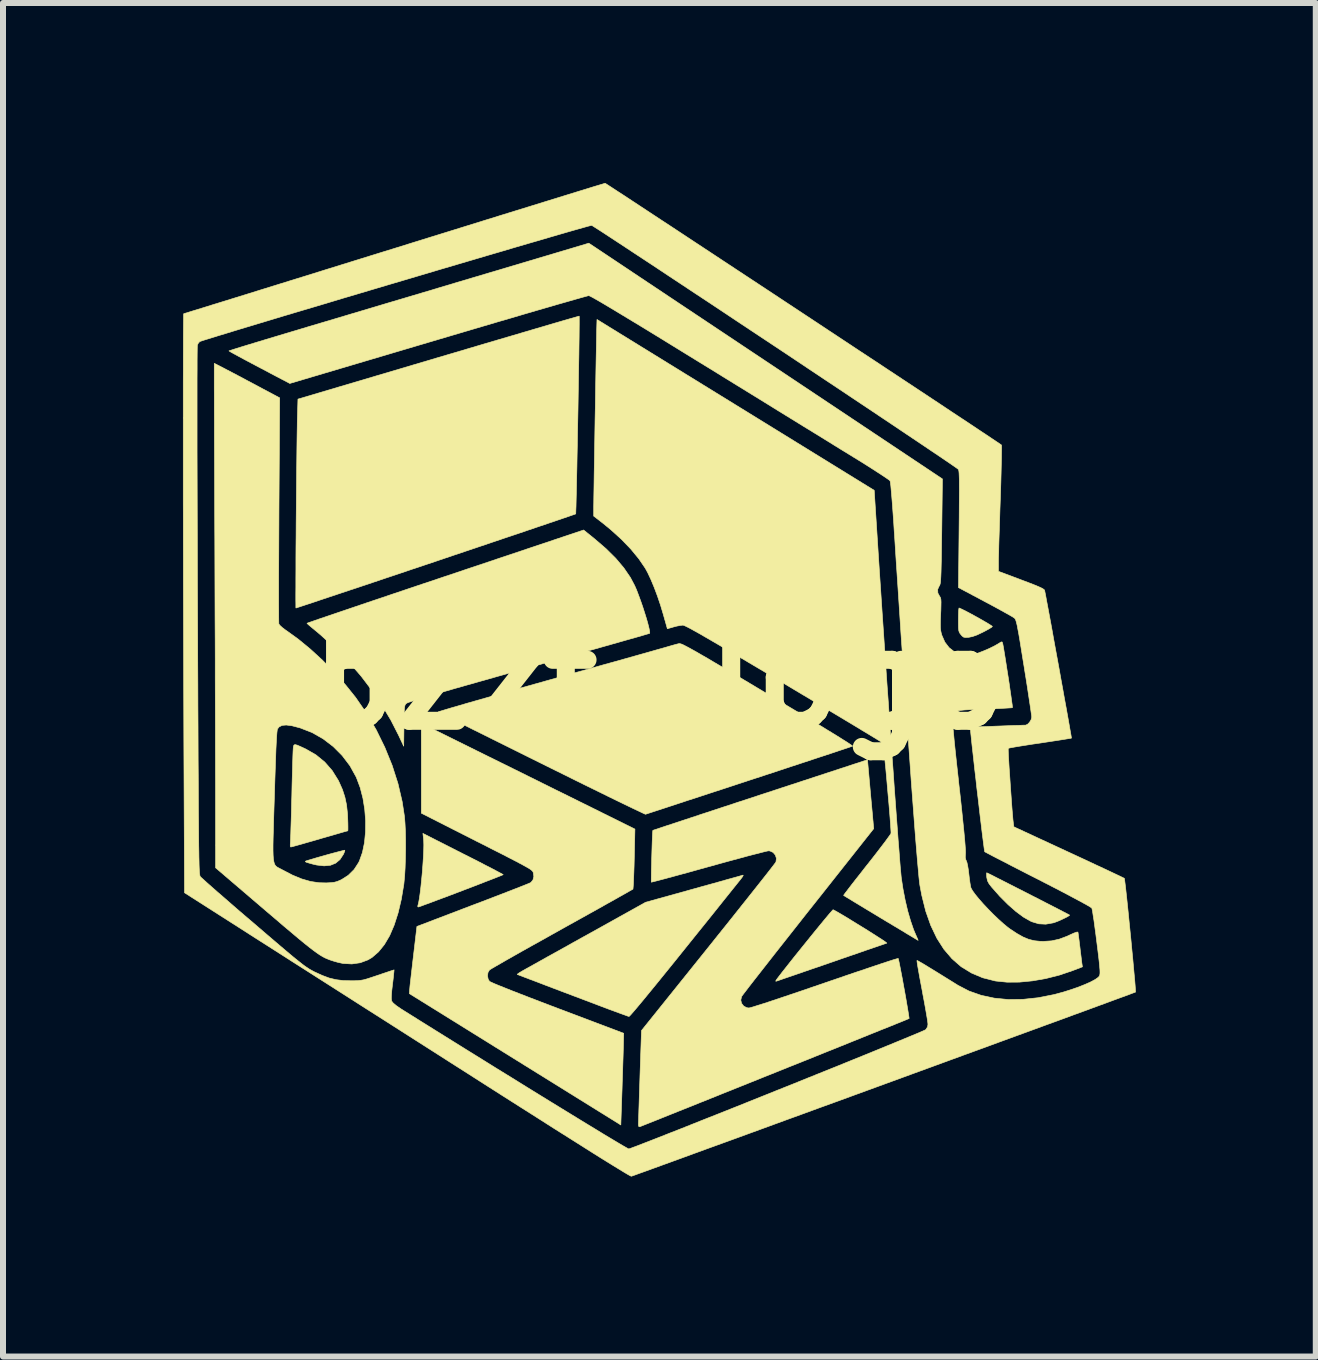
<source format=kicad_pcb>
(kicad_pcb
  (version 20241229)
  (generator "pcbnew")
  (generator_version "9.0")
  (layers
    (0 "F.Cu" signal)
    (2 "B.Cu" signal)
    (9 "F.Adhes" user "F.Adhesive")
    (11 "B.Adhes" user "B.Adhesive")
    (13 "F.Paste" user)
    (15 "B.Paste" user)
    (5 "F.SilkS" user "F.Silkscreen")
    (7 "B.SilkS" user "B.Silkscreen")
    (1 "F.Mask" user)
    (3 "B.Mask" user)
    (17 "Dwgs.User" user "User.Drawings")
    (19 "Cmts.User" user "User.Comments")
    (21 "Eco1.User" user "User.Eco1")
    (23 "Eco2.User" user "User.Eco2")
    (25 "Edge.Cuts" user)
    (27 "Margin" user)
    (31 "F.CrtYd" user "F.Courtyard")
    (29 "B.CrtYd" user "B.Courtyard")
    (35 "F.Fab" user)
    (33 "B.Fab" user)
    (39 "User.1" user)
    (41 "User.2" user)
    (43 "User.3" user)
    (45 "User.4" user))
  (footprint "bzzt-logo"
    (layer "F.Cu")
    (at 7.942 8.276)
    (property "Reference" "bzzt-logo" (at 0 0 0) (layer "F.SilkS") (effects (font (size 1.524 1.524) (thickness 0.3))))
    (attr through_hole)
    (fp_poly (pts (xy -5.244 2.847) (xy -5.246 2.864) (xy -5.26 2.899) (xy -5.268 2.916) (xy -5.325 3.003) (xy -5.397 3.063) (xy -5.484 3.098) (xy -5.589 3.108) (xy -5.712 3.094) (xy -5.777 3.079) (xy -5.845 3.06) (xy -5.886 3.047) (xy -5.902 3.038) (xy -5.898 3.03) (xy -5.888 3.025) (xy -5.842 3.011) (xy -5.778 2.992) (xy -5.701 2.969) (xy -5.616 2.945) (xy -5.528 2.92) (xy -5.444 2.897) (xy -5.368 2.877) (xy -5.306 2.861) (xy -5.263 2.85) (xy -5.244 2.847) (xy -5.244 2.847)) (stroke (width 0.01) (type solid)) (fill yes) (layer "F.SilkS"))
    (fp_poly (pts (xy 5.016 -1.183) (xy 5.058 -1.163) (xy 5.116 -1.134) (xy 5.186 -1.097) (xy 5.261 -1.056) (xy 5.337 -1.014) (xy 5.408 -0.973) (xy 5.47 -0.937) (xy 5.518 -0.907) (xy 5.546 -0.888) (xy 5.551 -0.882) (xy 5.536 -0.868) (xy 5.498 -0.845) (xy 5.443 -0.814) (xy 5.391 -0.787) (xy 5.296 -0.742) (xy 5.22 -0.715) (xy 5.157 -0.702) (xy 5.153 -0.702) (xy 5.103 -0.699) (xy 5.071 -0.705) (xy 5.046 -0.724) (xy 5.027 -0.746) (xy 5.01 -0.768) (xy 4.998 -0.79) (xy 4.99 -0.818) (xy 4.986 -0.859) (xy 4.985 -0.92) (xy 4.985 -0.993) (xy 4.986 -1.068) (xy 4.988 -1.13) (xy 4.991 -1.173) (xy 4.995 -1.19) (xy 4.995 -1.191) (xy 5.016 -1.183)) (stroke (width 0.01) (type solid)) (fill yes) (layer "F.SilkS"))
    (fp_poly (pts (xy -3.273 2.907) (xy -3.138 2.975) (xy -3.012 3.039) (xy -2.899 3.098) (xy -2.799 3.149) (xy -2.718 3.192) (xy -2.656 3.225) (xy -2.617 3.246) (xy -2.604 3.254) (xy -2.618 3.261) (xy -2.659 3.278) (xy -2.722 3.303) (xy -2.804 3.335) (xy -2.903 3.373) (xy -3.013 3.416) (xy -3.132 3.462) (xy -3.256 3.509) (xy -3.381 3.557) (xy -3.505 3.604) (xy -3.623 3.648) (xy -3.733 3.689) (xy -3.83 3.726) (xy -3.911 3.755) (xy -3.972 3.778) (xy -4.01 3.791) (xy -4.022 3.794) (xy -4.029 3.782) (xy -4.026 3.77) (xy -4.014 3.724) (xy -4.001 3.652) (xy -3.988 3.559) (xy -3.975 3.45) (xy -3.963 3.33) (xy -3.951 3.205) (xy -3.942 3.08) (xy -3.934 2.961) (xy -3.929 2.852) (xy -3.927 2.76) (xy -3.929 2.688) (xy -3.931 2.663) (xy -3.942 2.567) (xy -3.273 2.907)) (stroke (width 0.01) (type solid)) (fill yes) (layer "F.SilkS"))
    (fp_poly (pts (xy 5.472 3.23) (xy 5.512 3.249) (xy 5.573 3.28) (xy 5.653 3.321) (xy 5.748 3.369) (xy 5.854 3.423) (xy 5.968 3.481) (xy 6.088 3.542) (xy 6.209 3.604) (xy 6.329 3.665) (xy 6.443 3.724) (xy 6.549 3.778) (xy 6.644 3.827) (xy 6.723 3.868) (xy 6.784 3.9) (xy 6.824 3.92) (xy 6.838 3.929) (xy 6.83 3.938) (xy 6.799 3.957) (xy 6.753 3.98) (xy 6.699 4.006) (xy 6.644 4.03) (xy 6.594 4.049) (xy 6.566 4.058) (xy 6.441 4.08) (xy 6.325 4.074) (xy 6.212 4.04) (xy 6.183 4.027) (xy 6.068 3.961) (xy 5.943 3.868) (xy 5.812 3.753) (xy 5.676 3.617) (xy 5.541 3.464) (xy 5.538 3.461) (xy 5.495 3.405) (xy 5.47 3.358) (xy 5.459 3.309) (xy 5.457 3.298) (xy 5.454 3.254) (xy 5.455 3.227) (xy 5.457 3.223) (xy 5.472 3.23)) (stroke (width 0.01) (type solid)) (fill yes) (layer "F.SilkS"))
    (fp_poly (pts (xy 2.918 3.85) (xy 2.963 3.875) (xy 3.025 3.911) (xy 3.101 3.956) (xy 3.186 4.008) (xy 3.278 4.065) (xy 3.373 4.123) (xy 3.467 4.181) (xy 3.555 4.237) (xy 3.635 4.288) (xy 3.702 4.331) (xy 3.753 4.365) (xy 3.784 4.388) (xy 3.791 4.396) (xy 3.773 4.402) (xy 3.727 4.418) (xy 3.657 4.442) (xy 3.564 4.474) (xy 3.452 4.512) (xy 3.324 4.557) (xy 3.181 4.606) (xy 3.027 4.659) (xy 2.864 4.716) (xy 2.859 4.717) (xy 2.697 4.774) (xy 2.543 4.826) (xy 2.401 4.875) (xy 2.274 4.919) (xy 2.163 4.957) (xy 2.072 4.988) (xy 2.003 5.012) (xy 1.959 5.027) (xy 1.941 5.032) (xy 1.941 5.032) (xy 1.942 5.022) (xy 1.946 5.014) (xy 1.965 4.987) (xy 2.001 4.94) (xy 2.05 4.876) (xy 2.112 4.798) (xy 2.182 4.709) (xy 2.259 4.612) (xy 2.342 4.509) (xy 2.426 4.405) (xy 2.51 4.301) (xy 2.591 4.201) (xy 2.668 4.107) (xy 2.737 4.023) (xy 2.797 3.951) (xy 2.844 3.895) (xy 2.878 3.857) (xy 2.894 3.84) (xy 2.895 3.839) (xy 2.918 3.85)) (stroke (width 0.01) (type solid)) (fill yes) (layer "F.SilkS"))
    (fp_poly (pts (xy -6.039 1.095) (xy -5.99 1.116) (xy -5.918 1.149) (xy -5.895 1.16) (xy -5.726 1.257) (xy -5.579 1.377) (xy -5.455 1.519) (xy -5.352 1.684) (xy -5.341 1.707) (xy -5.284 1.835) (xy -5.243 1.961) (xy -5.215 2.093) (xy -5.199 2.242) (xy -5.196 2.314) (xy -5.193 2.391) (xy -5.192 2.456) (xy -5.192 2.502) (xy -5.194 2.523) (xy -5.195 2.524) (xy -5.211 2.528) (xy -5.255 2.54) (xy -5.321 2.559) (xy -5.406 2.584) (xy -5.507 2.613) (xy -5.619 2.645) (xy -5.666 2.659) (xy -5.783 2.693) (xy -5.889 2.723) (xy -5.982 2.75) (xy -6.058 2.771) (xy -6.112 2.786) (xy -6.141 2.793) (xy -6.145 2.794) (xy -6.153 2.78) (xy -6.153 2.746) (xy -6.152 2.734) (xy -6.15 2.707) (xy -6.148 2.651) (xy -6.145 2.57) (xy -6.142 2.467) (xy -6.138 2.347) (xy -6.134 2.212) (xy -6.131 2.066) (xy -6.127 1.929) (xy -6.124 1.776) (xy -6.12 1.632) (xy -6.116 1.499) (xy -6.113 1.381) (xy -6.11 1.282) (xy -6.107 1.205) (xy -6.104 1.153) (xy -6.102 1.13) (xy -6.097 1.105) (xy -6.088 1.091) (xy -6.07 1.087) (xy -6.039 1.095)) (stroke (width 0.01) (type solid)) (fill yes) (layer "F.SilkS"))
    (fp_poly (pts (xy 1.397 3.269) (xy 1.382 3.294) (xy 1.355 3.33) (xy 1.096 3.653) (xy 0.858 3.951) (xy 0.638 4.224) (xy 0.438 4.473) (xy 0.258 4.697) (xy 0.097 4.896) (xy -0.045 5.071) (xy -0.168 5.221) (xy -0.272 5.348) (xy -0.357 5.45) (xy -0.423 5.528) (xy -0.47 5.582) (xy -0.498 5.612) (xy -0.507 5.618) (xy -0.526 5.613) (xy -0.572 5.596) (xy -0.642 5.571) (xy -0.734 5.537) (xy -0.846 5.496) (xy -0.973 5.448) (xy -1.115 5.394) (xy -1.268 5.336) (xy -1.43 5.275) (xy -1.445 5.269) (xy -1.607 5.208) (xy -1.76 5.15) (xy -1.902 5.096) (xy -2.029 5.047) (xy -2.141 5.005) (xy -2.233 4.97) (xy -2.303 4.943) (xy -2.35 4.925) (xy -2.369 4.918) (xy -2.369 4.918) (xy -2.362 4.909) (xy -2.332 4.888) (xy -2.285 4.86) (xy -2.258 4.845) (xy -2.223 4.825) (xy -2.163 4.792) (xy -2.081 4.746) (xy -1.979 4.689) (xy -1.86 4.622) (xy -1.726 4.548) (xy -1.58 4.467) (xy -1.425 4.38) (xy -1.263 4.29) (xy -1.183 4.246) (xy -0.23 3.715) (xy 0.572 3.492) (xy 0.726 3.449) (xy 0.871 3.409) (xy 1.004 3.372) (xy 1.123 3.338) (xy 1.224 3.31) (xy 1.304 3.288) (xy 1.36 3.272) (xy 1.391 3.263) (xy 1.394 3.262) (xy 1.397 3.269)) (stroke (width 0.01) (type solid)) (fill yes) (layer "F.SilkS"))
    (fp_poly (pts (xy -1.08 -2.343) (xy -0.888 -2.178) (xy -0.726 -2.017) (xy -0.592 -1.858) (xy -0.484 -1.7) (xy -0.412 -1.564) (xy -0.38 -1.491) (xy -0.347 -1.404) (xy -0.312 -1.309) (xy -0.277 -1.208) (xy -0.245 -1.108) (xy -0.215 -1.012) (xy -0.191 -0.926) (xy -0.173 -0.854) (xy -0.162 -0.801) (xy -0.161 -0.772) (xy -0.163 -0.768) (xy -0.179 -0.763) (xy -0.224 -0.75) (xy -0.295 -0.729) (xy -0.392 -0.701) (xy -0.513 -0.667) (xy -0.654 -0.627) (xy -0.816 -0.581) (xy -0.996 -0.53) (xy -1.192 -0.475) (xy -1.402 -0.415) (xy -1.625 -0.352) (xy -1.859 -0.287) (xy -2.101 -0.218) (xy -2.176 -0.197) (xy -2.485 -0.111) (xy -2.763 -0.032) (xy -3.014 0.039) (xy -3.237 0.102) (xy -3.434 0.158) (xy -3.606 0.208) (xy -3.755 0.251) (xy -3.88 0.288) (xy -3.984 0.319) (xy -4.067 0.345) (xy -4.131 0.366) (xy -4.177 0.381) (xy -4.206 0.393) (xy -4.218 0.4) (xy -4.23 0.412) (xy -4.239 0.426) (xy -4.245 0.447) (xy -4.25 0.479) (xy -4.253 0.526) (xy -4.255 0.593) (xy -4.257 0.683) (xy -4.258 0.774) (xy -4.262 1.113) (xy -4.348 0.93) (xy -4.476 0.679) (xy -4.63 0.422) (xy -4.806 0.164) (xy -4.967 -0.048) (xy -5.035 -0.128) (xy -5.121 -0.224) (xy -5.221 -0.329) (xy -5.328 -0.438) (xy -5.436 -0.545) (xy -5.542 -0.646) (xy -5.638 -0.734) (xy -5.719 -0.803) (xy -5.727 -0.809) (xy -5.784 -0.856) (xy -5.831 -0.895) (xy -5.862 -0.923) (xy -5.874 -0.936) (xy -5.859 -0.942) (xy -5.816 -0.957) (xy -5.745 -0.982) (xy -5.65 -1.015) (xy -5.531 -1.055) (xy -5.39 -1.103) (xy -5.229 -1.158) (xy -5.049 -1.219) (xy -4.852 -1.286) (xy -4.64 -1.357) (xy -4.413 -1.434) (xy -4.175 -1.514) (xy -3.926 -1.598) (xy -3.668 -1.684) (xy -3.568 -1.718) (xy -1.263 -2.491) (xy -1.08 -2.343)) (stroke (width 0.01) (type solid)) (fill yes) (layer "F.SilkS"))
    (fp_poly (pts (xy -1.336 -6.04) (xy -1.336 -5.994) (xy -1.336 -5.922) (xy -1.337 -5.826) (xy -1.338 -5.708) (xy -1.34 -5.571) (xy -1.342 -5.417) (xy -1.345 -5.25) (xy -1.348 -5.072) (xy -1.351 -4.884) (xy -1.354 -4.691) (xy -1.357 -4.494) (xy -1.361 -4.296) (xy -1.365 -4.099) (xy -1.368 -3.906) (xy -1.372 -3.72) (xy -1.375 -3.542) (xy -1.379 -3.377) (xy -1.382 -3.226) (xy -1.385 -3.091) (xy -1.388 -2.976) (xy -1.39 -2.882) (xy -1.393 -2.814) (xy -1.394 -2.772) (xy -1.395 -2.759) (xy -1.411 -2.753) (xy -1.455 -2.738) (xy -1.524 -2.714) (xy -1.618 -2.682) (xy -1.735 -2.642) (xy -1.871 -2.596) (xy -2.025 -2.544) (xy -2.196 -2.486) (xy -2.381 -2.423) (xy -2.579 -2.357) (xy -2.786 -2.287) (xy -3.002 -2.214) (xy -3.225 -2.139) (xy -3.451 -2.063) (xy -3.681 -1.985) (xy -3.91 -1.908) (xy -4.138 -1.832) (xy -4.362 -1.756) (xy -4.581 -1.683) (xy -4.792 -1.612) (xy -4.994 -1.544) (xy -5.184 -1.481) (xy -5.361 -1.422) (xy -5.523 -1.368) (xy -5.667 -1.32) (xy -5.791 -1.278) (xy -5.895 -1.244) (xy -5.974 -1.218) (xy -6.029 -1.2) (xy -6.056 -1.191) (xy -6.059 -1.191) (xy -6.06 -1.206) (xy -6.06 -1.251) (xy -6.061 -1.323) (xy -6.061 -1.421) (xy -6.06 -1.54) (xy -6.06 -1.681) (xy -6.059 -1.84) (xy -6.059 -2.014) (xy -6.058 -2.202) (xy -6.056 -2.402) (xy -6.055 -2.6) (xy -6.053 -2.817) (xy -6.051 -3.033) (xy -6.049 -3.242) (xy -6.047 -3.444) (xy -6.045 -3.633) (xy -6.043 -3.808) (xy -6.041 -3.965) (xy -6.039 -4.102) (xy -6.037 -4.214) (xy -6.036 -4.3) (xy -6.035 -4.341) (xy -6.025 -4.673) (xy -3.683 -5.367) (xy -3.418 -5.445) (xy -3.162 -5.521) (xy -2.916 -5.594) (xy -2.682 -5.663) (xy -2.46 -5.728) (xy -2.254 -5.789) (xy -2.064 -5.845) (xy -1.893 -5.895) (xy -1.741 -5.94) (xy -1.611 -5.978) (xy -1.504 -6.009) (xy -1.422 -6.032) (xy -1.367 -6.048) (xy -1.339 -6.056) (xy -1.337 -6.056) (xy -1.336 -6.04)) (stroke (width 0.01) (type solid)) (fill yes) (layer "F.SilkS"))
    (fp_poly (pts (xy -3.06 1.182) (xy -2.866 1.278) (xy -2.651 1.384) (xy -2.424 1.496) (xy -2.19 1.612) (xy -1.956 1.728) (xy -1.729 1.841) (xy -1.515 1.946) (xy -1.322 2.042) (xy -1.279 2.063) (xy -0.408 2.495) (xy -0.419 2.99) (xy -0.422 3.112) (xy -0.426 3.224) (xy -0.43 3.322) (xy -0.433 3.401) (xy -0.437 3.459) (xy -0.44 3.491) (xy -0.441 3.496) (xy -0.457 3.505) (xy -0.498 3.528) (xy -0.562 3.565) (xy -0.648 3.613) (xy -0.754 3.673) (xy -0.878 3.742) (xy -1.016 3.82) (xy -1.169 3.905) (xy -1.332 3.996) (xy -1.505 4.092) (xy -1.627 4.16) (xy -1.806 4.26) (xy -1.977 4.356) (xy -2.139 4.446) (xy -2.289 4.53) (xy -2.425 4.607) (xy -2.545 4.675) (xy -2.647 4.734) (xy -2.729 4.781) (xy -2.789 4.816) (xy -2.824 4.838) (xy -2.833 4.844) (xy -2.858 4.887) (xy -2.865 4.943) (xy -2.854 4.998) (xy -2.832 5.033) (xy -2.812 5.044) (xy -2.764 5.066) (xy -2.69 5.097) (xy -2.592 5.136) (xy -2.473 5.184) (xy -2.334 5.238) (xy -2.177 5.299) (xy -2.005 5.365) (xy -1.819 5.436) (xy -1.698 5.482) (xy -0.595 5.899) (xy -0.601 6.137) (xy -0.603 6.213) (xy -0.606 6.315) (xy -0.61 6.436) (xy -0.614 6.57) (xy -0.619 6.711) (xy -0.623 6.852) (xy -0.625 6.901) (xy -0.643 7.427) (xy -4.167 5.238) (xy -4.165 5.187) (xy -4.162 5.159) (xy -4.157 5.103) (xy -4.148 5.025) (xy -4.137 4.928) (xy -4.124 4.816) (xy -4.11 4.694) (xy -4.102 4.627) (xy -4.042 4.118) (xy -3.107 3.761) (xy -2.942 3.699) (xy -2.786 3.639) (xy -2.64 3.583) (xy -2.509 3.532) (xy -2.393 3.487) (xy -2.296 3.449) (xy -2.221 3.419) (xy -2.169 3.398) (xy -2.144 3.386) (xy -2.143 3.386) (xy -2.108 3.343) (xy -2.093 3.285) (xy -2.102 3.222) (xy -2.106 3.211) (xy -2.113 3.199) (xy -2.124 3.187) (xy -2.142 3.172) (xy -2.168 3.154) (xy -2.206 3.132) (xy -2.256 3.104) (xy -2.321 3.069) (xy -2.402 3.026) (xy -2.503 2.974) (xy -2.625 2.911) (xy -2.77 2.838) (xy -2.94 2.751) (xy -3.044 2.699) (xy -3.968 2.23) (xy -3.968 1.481) (xy -3.969 0.732) (xy -3.06 1.182)) (stroke (width 0.01) (type solid)) (fill yes) (layer "F.SilkS"))
    (fp_poly (pts (xy 0.352 -0.594) (xy 0.372 -0.588) (xy 0.399 -0.576) (xy 0.434 -0.558) (xy 0.48 -0.534) (xy 0.538 -0.502) (xy 0.61 -0.462) (xy 0.696 -0.412) (xy 0.799 -0.353) (xy 0.92 -0.281) (xy 1.061 -0.198) (xy 1.223 -0.102) (xy 1.408 0.007) (xy 1.617 0.132) (xy 1.81 0.247) (xy 2.057 0.395) (xy 2.282 0.529) (xy 2.484 0.651) (xy 2.663 0.759) (xy 2.818 0.854) (xy 2.949 0.934) (xy 3.054 1) (xy 3.135 1.051) (xy 3.189 1.087) (xy 3.217 1.107) (xy 3.22 1.112) (xy 3.202 1.118) (xy 3.157 1.134) (xy 3.084 1.158) (xy 2.988 1.19) (xy 2.869 1.23) (xy 2.729 1.276) (xy 2.571 1.328) (xy 2.396 1.386) (xy 2.207 1.448) (xy 2.005 1.515) (xy 1.792 1.585) (xy 1.569 1.658) (xy 1.492 1.683) (xy 1.268 1.757) (xy 1.052 1.828) (xy 0.846 1.895) (xy 0.652 1.959) (xy 0.472 2.017) (xy 0.309 2.071) (xy 0.163 2.119) (xy 0.038 2.16) (xy -0.066 2.194) (xy -0.146 2.22) (xy -0.201 2.238) (xy -0.228 2.247) (xy -0.23 2.248) (xy -0.246 2.242) (xy -0.289 2.222) (xy -0.356 2.19) (xy -0.447 2.147) (xy -0.559 2.093) (xy -0.691 2.029) (xy -0.841 1.956) (xy -1.007 1.874) (xy -1.187 1.786) (xy -1.38 1.691) (xy -1.583 1.59) (xy -1.796 1.485) (xy -1.961 1.403) (xy -2.179 1.295) (xy -2.39 1.19) (xy -2.591 1.09) (xy -2.781 0.996) (xy -2.957 0.908) (xy -3.119 0.828) (xy -3.264 0.755) (xy -3.39 0.692) (xy -3.497 0.639) (xy -3.581 0.596) (xy -3.642 0.565) (xy -3.678 0.547) (xy -3.687 0.542) (xy -3.673 0.536) (xy -3.631 0.523) (xy -3.562 0.502) (xy -3.468 0.474) (xy -3.35 0.44) (xy -3.211 0.399) (xy -3.053 0.354) (xy -2.877 0.304) (xy -2.685 0.249) (xy -2.479 0.191) (xy -2.261 0.129) (xy -2.032 0.065) (xy -1.837 0.01) (xy -1.599 -0.057) (xy -1.367 -0.122) (xy -1.144 -0.184) (xy -0.932 -0.244) (xy -0.732 -0.299) (xy -0.548 -0.351) (xy -0.381 -0.398) (xy -0.232 -0.44) (xy -0.105 -0.476) (xy -0.000428 -0.506) (xy 0.079 -0.528) (xy 0.131 -0.543) (xy 0.151 -0.549) (xy 0.217 -0.568) (xy 0.278 -0.585) (xy 0.322 -0.596) (xy 0.328 -0.597) (xy 0.338 -0.597) (xy 0.352 -0.594)) (stroke (width 0.01) (type solid)) (fill yes) (layer "F.SilkS"))
    (fp_poly (pts (xy 1.271 -4.576) (xy 3.581 -3.152) (xy 3.633 -2.342) (xy 3.651 -2.059) (xy 3.67 -1.768) (xy 3.69 -1.468) (xy 3.71 -1.164) (xy 3.731 -0.855) (xy 3.752 -0.545) (xy 3.773 -0.234) (xy 3.794 0.075) (xy 3.816 0.381) (xy 3.836 0.681) (xy 3.857 0.974) (xy 3.877 1.258) (xy 3.897 1.532) (xy 3.915 1.793) (xy 3.933 2.04) (xy 3.95 2.271) (xy 3.966 2.483) (xy 3.98 2.677) (xy 3.994 2.848) (xy 4.005 2.996) (xy 4.015 3.12) (xy 4.024 3.216) (xy 4.03 3.283) (xy 4.033 3.31) (xy 4.061 3.494) (xy 4.097 3.68) (xy 4.139 3.859) (xy 4.187 4.024) (xy 4.237 4.17) (xy 4.27 4.248) (xy 4.292 4.298) (xy 4.308 4.334) (xy 4.313 4.349) (xy 4.313 4.35) (xy 4.299 4.342) (xy 4.261 4.319) (xy 4.201 4.283) (xy 4.122 4.236) (xy 4.027 4.178) (xy 3.918 4.113) (xy 3.798 4.041) (xy 3.693 3.978) (xy 3.566 3.901) (xy 3.448 3.83) (xy 3.341 3.765) (xy 3.248 3.709) (xy 3.172 3.662) (xy 3.115 3.628) (xy 3.081 3.607) (xy 3.071 3.6) (xy 3.079 3.587) (xy 3.105 3.552) (xy 3.147 3.497) (xy 3.202 3.425) (xy 3.269 3.339) (xy 3.346 3.242) (xy 3.429 3.135) (xy 3.46 3.096) (xy 3.547 2.986) (xy 3.627 2.883) (xy 3.699 2.789) (xy 3.761 2.708) (xy 3.809 2.642) (xy 3.843 2.595) (xy 3.86 2.568) (xy 3.861 2.565) (xy 3.861 2.543) (xy 3.858 2.492) (xy 3.853 2.417) (xy 3.846 2.32) (xy 3.837 2.204) (xy 3.826 2.074) (xy 3.813 1.931) (xy 3.802 1.805) (xy 3.787 1.633) (xy 3.774 1.49) (xy 3.762 1.373) (xy 3.753 1.279) (xy 3.744 1.206) (xy 3.737 1.151) (xy 3.73 1.11) (xy 3.723 1.083) (xy 3.717 1.064) (xy 3.709 1.053) (xy 3.706 1.049) (xy 3.689 1.037) (xy 3.646 1.01) (xy 3.579 0.969) (xy 3.49 0.915) (xy 3.38 0.849) (xy 3.252 0.771) (xy 3.107 0.684) (xy 2.947 0.588) (xy 2.773 0.484) (xy 2.588 0.373) (xy 2.392 0.256) (xy 2.188 0.134) (xy 2.06 0.057) (xy 1.803 -0.096) (xy 1.572 -0.233) (xy 1.366 -0.355) (xy 1.183 -0.463) (xy 1.023 -0.557) (xy 0.884 -0.638) (xy 0.765 -0.707) (xy 0.665 -0.765) (xy 0.582 -0.811) (xy 0.516 -0.848) (xy 0.465 -0.874) (xy 0.428 -0.892) (xy 0.404 -0.902) (xy 0.393 -0.905) (xy 0.35 -0.9) (xy 0.291 -0.889) (xy 0.237 -0.875) (xy 0.133 -0.845) (xy 0.064 -1.088) (xy 0.019 -1.238) (xy -0.032 -1.389) (xy -0.086 -1.533) (xy -0.141 -1.665) (xy -0.194 -1.778) (xy -0.235 -1.853) (xy -0.342 -2.01) (xy -0.476 -2.173) (xy -0.633 -2.336) (xy -0.811 -2.497) (xy -0.944 -2.606) (xy -1.095 -2.723) (xy -1.095 -2.85) (xy -1.095 -2.884) (xy -1.094 -2.947) (xy -1.093 -3.036) (xy -1.091 -3.148) (xy -1.089 -3.28) (xy -1.087 -3.43) (xy -1.084 -3.595) (xy -1.081 -3.771) (xy -1.078 -3.957) (xy -1.075 -4.148) (xy -1.072 -4.342) (xy -1.068 -4.537) (xy -1.065 -4.729) (xy -1.062 -4.916) (xy -1.059 -5.095) (xy -1.056 -5.262) (xy -1.053 -5.415) (xy -1.05 -5.552) (xy -1.048 -5.669) (xy -1.046 -5.764) (xy -1.045 -5.833) (xy -1.044 -5.87) (xy -1.04 -6) (xy 1.271 -4.576)) (stroke (width 0.01) (type solid)) (fill yes) (layer "F.SilkS"))
    (fp_poly (pts (xy 3.511 1.809) (xy 3.522 1.933) (xy 3.533 2.053) (xy 3.543 2.162) (xy 3.552 2.256) (xy 3.558 2.33) (xy 3.563 2.377) (xy 3.563 2.383) (xy 3.573 2.487) (xy 3.417 2.684) (xy 3.152 3.019) (xy 2.905 3.331) (xy 2.675 3.622) (xy 2.463 3.889) (xy 2.27 4.134) (xy 2.095 4.356) (xy 1.938 4.555) (xy 1.801 4.73) (xy 1.682 4.882) (xy 1.581 5.011) (xy 1.5 5.115) (xy 1.439 5.195) (xy 1.396 5.251) (xy 1.374 5.282) (xy 1.37 5.288) (xy 1.357 5.346) (xy 1.37 5.4) (xy 1.405 5.445) (xy 1.456 5.472) (xy 1.491 5.477) (xy 1.516 5.472) (xy 1.568 5.457) (xy 1.646 5.432) (xy 1.749 5.4) (xy 1.873 5.359) (xy 2.017 5.311) (xy 2.18 5.256) (xy 2.358 5.196) (xy 2.55 5.13) (xy 2.755 5.06) (xy 2.762 5.057) (xy 2.95 4.993) (xy 3.13 4.931) (xy 3.298 4.874) (xy 3.453 4.822) (xy 3.592 4.775) (xy 3.714 4.734) (xy 3.815 4.701) (xy 3.895 4.675) (xy 3.95 4.659) (xy 3.978 4.651) (xy 3.981 4.651) (xy 3.988 4.677) (xy 3.999 4.728) (xy 4.013 4.799) (xy 4.03 4.887) (xy 4.049 4.986) (xy 4.068 5.092) (xy 4.088 5.201) (xy 4.107 5.307) (xy 4.124 5.407) (xy 4.139 5.496) (xy 4.151 5.569) (xy 4.159 5.622) (xy 4.163 5.65) (xy 4.162 5.653) (xy 4.147 5.659) (xy 4.104 5.677) (xy 4.036 5.705) (xy 3.944 5.742) (xy 3.831 5.788) (xy 3.697 5.841) (xy 3.546 5.902) (xy 3.38 5.969) (xy 3.199 6.042) (xy 3.006 6.12) (xy 2.804 6.201) (xy 2.593 6.286) (xy 2.377 6.373) (xy 2.156 6.461) (xy 1.933 6.551) (xy 1.71 6.64) (xy 1.489 6.729) (xy 1.272 6.816) (xy 1.06 6.901) (xy 0.856 6.983) (xy 0.661 7.061) (xy 0.478 7.135) (xy 0.309 7.202) (xy 0.155 7.264) (xy 0.018 7.319) (xy -0.099 7.366) (xy -0.195 7.404) (xy -0.268 7.433) (xy -0.316 7.452) (xy -0.329 7.457) (xy -0.345 7.451) (xy -0.349 7.427) (xy -0.349 7.404) (xy -0.347 7.353) (xy -0.345 7.276) (xy -0.342 7.177) (xy -0.338 7.06) (xy -0.334 6.927) (xy -0.329 6.782) (xy -0.324 6.628) (xy -0.324 6.621) (xy -0.298 5.853) (xy 0.816 4.466) (xy 0.963 4.282) (xy 1.105 4.105) (xy 1.24 3.936) (xy 1.367 3.776) (xy 1.485 3.628) (xy 1.592 3.493) (xy 1.688 3.372) (xy 1.77 3.268) (xy 1.838 3.181) (xy 1.89 3.114) (xy 1.925 3.068) (xy 1.942 3.045) (xy 1.943 3.042) (xy 1.951 2.983) (xy 1.933 2.928) (xy 1.896 2.884) (xy 1.844 2.86) (xy 1.822 2.857) (xy 1.797 2.861) (xy 1.746 2.873) (xy 1.669 2.893) (xy 1.57 2.918) (xy 1.451 2.949) (xy 1.316 2.986) (xy 1.167 3.026) (xy 1.007 3.07) (xy 0.839 3.117) (xy 0.821 3.121) (xy 0.654 3.168) (xy 0.496 3.212) (xy 0.349 3.252) (xy 0.217 3.288) (xy 0.103 3.319) (xy 0.008 3.344) (xy -0.065 3.363) (xy -0.113 3.375) (xy -0.133 3.38) (xy -0.133 3.38) (xy -0.135 3.363) (xy -0.135 3.319) (xy -0.134 3.254) (xy -0.133 3.172) (xy -0.13 3.079) (xy -0.128 2.979) (xy -0.125 2.877) (xy -0.122 2.779) (xy -0.119 2.69) (xy -0.116 2.614) (xy -0.113 2.557) (xy -0.11 2.523) (xy -0.109 2.517) (xy -0.094 2.511) (xy -0.05 2.497) (xy 0.021 2.473) (xy 0.116 2.441) (xy 0.233 2.403) (xy 0.372 2.357) (xy 0.529 2.305) (xy 0.703 2.247) (xy 0.893 2.185) (xy 1.096 2.118) (xy 1.311 2.047) (xy 1.536 1.974) (xy 1.683 1.925) (xy 3.469 1.339) (xy 3.511 1.809)) (stroke (width 0.01) (type solid)) (fill yes) (layer "F.SilkS"))
    (fp_poly (pts (xy -7.405 -5.262) (xy -7.366 -5.242) (xy -7.305 -5.211) (xy -7.225 -5.169) (xy -7.129 -5.119) (xy -7.021 -5.062) (xy -6.902 -4.999) (xy -6.873 -4.983) (xy -6.33 -4.694) (xy -6.342 -2.825) (xy -6.343 -2.584) (xy -6.344 -2.351) (xy -6.345 -2.129) (xy -6.346 -1.919) (xy -6.347 -1.723) (xy -6.347 -1.545) (xy -6.347 -1.384) (xy -6.347 -1.245) (xy -6.346 -1.127) (xy -6.346 -1.035) (xy -6.345 -0.969) (xy -6.344 -0.932) (xy -6.343 -0.924) (xy -6.325 -0.9) (xy -6.288 -0.866) (xy -6.237 -0.827) (xy -6.218 -0.814) (xy -6.021 -0.672) (xy -5.818 -0.505) (xy -5.615 -0.319) (xy -5.418 -0.118) (xy -5.231 0.092) (xy -5.065 0.299) (xy -4.884 0.561) (xy -4.72 0.841) (xy -4.577 1.133) (xy -4.455 1.433) (xy -4.358 1.736) (xy -4.288 2.036) (xy -4.25 2.283) (xy -4.241 2.393) (xy -4.234 2.526) (xy -4.231 2.676) (xy -4.231 2.833) (xy -4.234 2.992) (xy -4.239 3.143) (xy -4.247 3.279) (xy -4.258 3.393) (xy -4.26 3.413) (xy -4.302 3.665) (xy -4.356 3.893) (xy -4.421 4.095) (xy -4.497 4.272) (xy -4.585 4.421) (xy -4.683 4.542) (xy -4.791 4.635) (xy -4.858 4.675) (xy -4.987 4.723) (xy -5.126 4.743) (xy -5.272 4.735) (xy -5.301 4.729) (xy -5.36 4.716) (xy -5.427 4.697) (xy -5.452 4.689) (xy -5.494 4.675) (xy -5.534 4.659) (xy -5.574 4.642) (xy -5.615 4.62) (xy -5.66 4.593) (xy -5.711 4.558) (xy -5.77 4.515) (xy -5.839 4.462) (xy -5.919 4.398) (xy -6.014 4.32) (xy -6.124 4.227) (xy -6.253 4.119) (xy -6.401 3.992) (xy -6.568 3.85) (xy -7.398 3.14) (xy -7.398 2.854) (xy -6.441 2.854) (xy -6.439 2.929) (xy -6.435 2.988) (xy -6.428 3.033) (xy -6.419 3.068) (xy -6.407 3.094) (xy -6.391 3.113) (xy -6.372 3.128) (xy -6.349 3.141) (xy -6.322 3.155) (xy -6.291 3.171) (xy -6.286 3.174) (xy -6.117 3.262) (xy -5.962 3.326) (xy -5.816 3.368) (xy -5.675 3.389) (xy -5.553 3.392) (xy -5.475 3.388) (xy -5.418 3.381) (xy -5.37 3.368) (xy -5.32 3.347) (xy -5.297 3.336) (xy -5.186 3.265) (xy -5.089 3.169) (xy -5.015 3.055) (xy -5.001 3.027) (xy -4.95 2.884) (xy -4.916 2.721) (xy -4.899 2.543) (xy -4.897 2.356) (xy -4.912 2.166) (xy -4.942 1.98) (xy -4.988 1.802) (xy -5.049 1.64) (xy -5.054 1.628) (xy -5.158 1.44) (xy -5.287 1.27) (xy -5.437 1.119) (xy -5.606 0.99) (xy -5.791 0.885) (xy -5.989 0.808) (xy -6.127 0.772) (xy -6.22 0.76) (xy -6.29 0.766) (xy -6.34 0.792) (xy -6.367 0.827) (xy -6.371 0.847) (xy -6.376 0.889) (xy -6.381 0.955) (xy -6.386 1.046) (xy -6.392 1.163) (xy -6.397 1.308) (xy -6.403 1.48) (xy -6.41 1.682) (xy -6.417 1.915) (xy -6.418 1.949) (xy -6.425 2.165) (xy -6.431 2.353) (xy -6.435 2.513) (xy -6.439 2.649) (xy -6.441 2.762) (xy -6.441 2.854) (xy -7.398 2.854) (xy -7.399 1.717) (xy -7.4 1.539) (xy -7.4 1.333) (xy -7.401 1.1) (xy -7.401 0.845) (xy -7.402 0.569) (xy -7.403 0.276) (xy -7.404 -0.031) (xy -7.404 -0.349) (xy -7.405 -0.676) (xy -7.407 -1.008) (xy -7.408 -1.343) (xy -7.409 -1.678) (xy -7.41 -2.009) (xy -7.411 -2.335) (xy -7.412 -2.484) (xy -7.413 -2.779) (xy -7.414 -3.065) (xy -7.415 -3.341) (xy -7.416 -3.604) (xy -7.417 -3.855) (xy -7.418 -4.09) (xy -7.418 -4.309) (xy -7.419 -4.509) (xy -7.419 -4.69) (xy -7.42 -4.849) (xy -7.42 -4.985) (xy -7.42 -5.096) (xy -7.42 -5.181) (xy -7.42 -5.238) (xy -7.42 -5.266) (xy -7.42 -5.268) (xy -7.405 -5.262)) (stroke (width 0.01) (type solid)) (fill yes) (layer "F.SilkS"))
    (fp_poly (pts (xy 1.771 -5.307) (xy 4.718 -3.342) (xy 4.707 -2.469) (xy 4.704 -2.279) (xy 4.702 -2.119) (xy 4.7 -1.986) (xy 4.697 -1.877) (xy 4.695 -1.789) (xy 4.692 -1.719) (xy 4.689 -1.667) (xy 4.686 -1.628) (xy 4.682 -1.6) (xy 4.677 -1.581) (xy 4.672 -1.567) (xy 4.665 -1.558) (xy 4.665 -1.558) (xy 4.639 -1.501) (xy 4.642 -1.44) (xy 4.668 -1.392) (xy 4.679 -1.375) (xy 4.688 -1.356) (xy 4.693 -1.329) (xy 4.695 -1.29) (xy 4.694 -1.233) (xy 4.692 -1.152) (xy 4.689 -1.091) (xy 4.685 -0.99) (xy 4.684 -0.914) (xy 4.685 -0.857) (xy 4.69 -0.812) (xy 4.698 -0.774) (xy 4.708 -0.738) (xy 4.758 -0.623) (xy 4.829 -0.53) (xy 4.916 -0.462) (xy 5.018 -0.42) (xy 5.131 -0.406) (xy 5.244 -0.419) (xy 5.317 -0.441) (xy 5.405 -0.475) (xy 5.498 -0.515) (xy 5.585 -0.558) (xy 5.655 -0.598) (xy 5.662 -0.603) (xy 5.695 -0.623) (xy 5.711 -0.626) (xy 5.719 -0.612) (xy 5.721 -0.608) (xy 5.727 -0.579) (xy 5.737 -0.525) (xy 5.749 -0.451) (xy 5.764 -0.36) (xy 5.78 -0.258) (xy 5.797 -0.148) (xy 5.815 -0.035) (xy 5.832 0.076) (xy 5.847 0.182) (xy 5.861 0.278) (xy 5.872 0.359) (xy 5.881 0.421) (xy 5.885 0.459) (xy 5.885 0.47) (xy 5.868 0.473) (xy 5.822 0.476) (xy 5.754 0.48) (xy 5.666 0.485) (xy 5.562 0.489) (xy 5.447 0.493) (xy 5.427 0.494) (xy 5.286 0.499) (xy 5.173 0.504) (xy 5.086 0.509) (xy 5.019 0.516) (xy 4.971 0.525) (xy 4.937 0.536) (xy 4.914 0.551) (xy 4.899 0.571) (xy 4.888 0.595) (xy 4.884 0.605) (xy 4.882 0.63) (xy 4.885 0.687) (xy 4.892 0.775) (xy 4.903 0.894) (xy 4.917 1.045) (xy 4.936 1.227) (xy 4.959 1.44) (xy 4.986 1.684) (xy 4.991 1.735) (xy 5.019 1.982) (xy 5.042 2.198) (xy 5.061 2.384) (xy 5.077 2.541) (xy 5.089 2.669) (xy 5.097 2.77) (xy 5.102 2.843) (xy 5.103 2.89) (xy 5.102 2.905) (xy 5.099 2.966) (xy 5.109 3.009) (xy 5.115 3.02) (xy 5.127 3.051) (xy 5.139 3.106) (xy 5.151 3.179) (xy 5.159 3.246) (xy 5.168 3.325) (xy 5.178 3.394) (xy 5.187 3.448) (xy 5.194 3.476) (xy 5.219 3.521) (xy 5.264 3.583) (xy 5.325 3.658) (xy 5.398 3.741) (xy 5.479 3.827) (xy 5.564 3.914) (xy 5.65 3.996) (xy 5.732 4.07) (xy 5.806 4.131) (xy 5.842 4.158) (xy 5.96 4.236) (xy 6.063 4.294) (xy 6.157 4.333) (xy 6.251 4.356) (xy 6.349 4.366) (xy 6.404 4.367) (xy 6.539 4.358) (xy 6.665 4.33) (xy 6.796 4.281) (xy 6.847 4.257) (xy 6.909 4.229) (xy 6.953 4.213) (xy 6.976 4.211) (xy 6.977 4.213) (xy 6.981 4.235) (xy 6.987 4.281) (xy 6.996 4.347) (xy 7.005 4.426) (xy 7.009 4.453) (xy 7.019 4.539) (xy 7.029 4.618) (xy 7.037 4.684) (xy 7.042 4.727) (xy 7.043 4.733) (xy 7.052 4.791) (xy 6.888 4.854) (xy 6.667 4.929) (xy 6.442 4.986) (xy 6.218 5.025) (xy 6.001 5.046) (xy 5.797 5.047) (xy 5.61 5.028) (xy 5.593 5.025) (xy 5.389 4.973) (xy 5.202 4.894) (xy 5.031 4.789) (xy 4.879 4.657) (xy 4.743 4.498) (xy 4.625 4.313) (xy 4.524 4.101) (xy 4.44 3.863) (xy 4.374 3.599) (xy 4.342 3.429) (xy 4.335 3.375) (xy 4.326 3.291) (xy 4.316 3.178) (xy 4.303 3.037) (xy 4.289 2.869) (xy 4.273 2.675) (xy 4.256 2.458) (xy 4.238 2.218) (xy 4.218 1.956) (xy 4.197 1.673) (xy 4.176 1.372) (xy 4.153 1.053) (xy 4.129 0.717) (xy 4.105 0.366) (xy 4.079 0.000357) (xy 4.054 -0.378) (xy 4.027 -0.767) (xy 4.001 -1.167) (xy 3.974 -1.576) (xy 3.946 -1.993) (xy 3.919 -2.417) (xy 3.915 -2.469) (xy 3.905 -2.631) (xy 3.894 -2.783) (xy 3.884 -2.921) (xy 3.874 -3.043) (xy 3.865 -3.146) (xy 3.858 -3.227) (xy 3.851 -3.282) (xy 3.846 -3.308) (xy 3.846 -3.31) (xy 3.829 -3.325) (xy 3.788 -3.354) (xy 3.725 -3.396) (xy 3.644 -3.449) (xy 3.548 -3.511) (xy 3.438 -3.581) (xy 3.319 -3.655) (xy 3.244 -3.701) (xy 3.158 -3.754) (xy 3.047 -3.822) (xy 2.914 -3.904) (xy 2.761 -3.999) (xy 2.589 -4.105) (xy 2.401 -4.22) (xy 2.2 -4.344) (xy 1.987 -4.475) (xy 1.766 -4.612) (xy 1.537 -4.753) (xy 1.303 -4.897) (xy 1.066 -5.043) (xy 0.83 -5.189) (xy 0.764 -5.229) (xy 0.473 -5.408) (xy 0.208 -5.571) (xy -0.031 -5.718) (xy -0.245 -5.849) (xy -0.435 -5.964) (xy -0.602 -6.065) (xy -0.746 -6.152) (xy -0.868 -6.225) (xy -0.969 -6.285) (xy -1.049 -6.331) (xy -1.109 -6.365) (xy -1.151 -6.387) (xy -1.174 -6.397) (xy -1.178 -6.398) (xy -1.198 -6.393) (xy -1.246 -6.38) (xy -1.322 -6.359) (xy -1.424 -6.33) (xy -1.549 -6.294) (xy -1.697 -6.252) (xy -1.865 -6.203) (xy -2.052 -6.149) (xy -2.257 -6.089) (xy -2.477 -6.024) (xy -2.711 -5.956) (xy -2.958 -5.883) (xy -3.215 -5.807) (xy -3.482 -5.728) (xy -3.692 -5.666) (xy -6.161 -4.934) (xy -6.292 -5.003) (xy -6.475 -5.099) (xy -6.639 -5.186) (xy -6.785 -5.263) (xy -6.909 -5.329) (xy -7.011 -5.384) (xy -7.09 -5.427) (xy -7.144 -5.457) (xy -7.171 -5.474) (xy -7.175 -5.477) (xy -7.16 -5.482) (xy -7.117 -5.496) (xy -7.048 -5.518) (xy -6.955 -5.547) (xy -6.84 -5.582) (xy -6.705 -5.623) (xy -6.553 -5.669) (xy -6.386 -5.719) (xy -6.206 -5.773) (xy -6.015 -5.83) (xy -5.83 -5.886) (xy -5.613 -5.95) (xy -5.371 -6.022) (xy -5.107 -6.101) (xy -4.828 -6.184) (xy -4.537 -6.271) (xy -4.24 -6.359) (xy -3.941 -6.448) (xy -3.644 -6.537) (xy -3.356 -6.623) (xy -3.08 -6.705) (xy -2.831 -6.779) (xy -1.177 -7.272) (xy 1.771 -5.307)) (stroke (width 0.01) (type solid)) (fill yes) (layer "F.SilkS"))
    (fp_poly (pts (xy -0.89 -8.262) (xy -0.851 -8.237) (xy -0.788 -8.196) (xy -0.703 -8.14) (xy -0.596 -8.071) (xy -0.47 -7.988) (xy -0.326 -7.893) (xy -0.165 -7.787) (xy 0.011 -7.671) (xy 0.202 -7.546) (xy 0.405 -7.412) (xy 0.62 -7.27) (xy 0.845 -7.122) (xy 1.078 -6.968) (xy 1.319 -6.809) (xy 1.565 -6.647) (xy 1.817 -6.481) (xy 2.071 -6.313) (xy 2.327 -6.144) (xy 2.583 -5.975) (xy 2.838 -5.806) (xy 3.091 -5.639) (xy 3.34 -5.474) (xy 3.585 -5.313) (xy 3.822 -5.156) (xy 4.052 -5.004) (xy 4.273 -4.858) (xy 4.483 -4.719) (xy 4.681 -4.588) (xy 4.865 -4.465) (xy 5.035 -4.353) (xy 5.189 -4.251) (xy 5.325 -4.16) (xy 5.443 -4.082) (xy 5.54 -4.017) (xy 5.616 -3.966) (xy 5.669 -3.931) (xy 5.697 -3.911) (xy 5.702 -3.908) (xy 5.704 -3.89) (xy 5.704 -3.844) (xy 5.703 -3.772) (xy 5.702 -3.677) (xy 5.699 -3.561) (xy 5.696 -3.428) (xy 5.692 -3.281) (xy 5.687 -3.121) (xy 5.683 -3) (xy 5.677 -2.829) (xy 5.672 -2.663) (xy 5.667 -2.506) (xy 5.662 -2.361) (xy 5.658 -2.232) (xy 5.656 -2.122) (xy 5.653 -2.035) (xy 5.652 -1.974) (xy 5.652 -1.953) (xy 5.652 -1.802) (xy 6.033 -1.659) (xy 6.155 -1.613) (xy 6.25 -1.576) (xy 6.32 -1.547) (xy 6.37 -1.524) (xy 6.401 -1.506) (xy 6.418 -1.492) (xy 6.422 -1.484) (xy 6.427 -1.458) (xy 6.438 -1.404) (xy 6.452 -1.326) (xy 6.471 -1.226) (xy 6.493 -1.108) (xy 6.518 -0.974) (xy 6.545 -0.827) (xy 6.573 -0.669) (xy 6.603 -0.505) (xy 6.634 -0.337) (xy 6.665 -0.167) (xy 6.695 0.002) (xy 6.725 0.166) (xy 6.753 0.323) (xy 6.78 0.469) (xy 6.804 0.603) (xy 6.825 0.721) (xy 6.842 0.82) (xy 6.856 0.898) (xy 6.865 0.951) (xy 6.869 0.976) (xy 6.869 0.978) (xy 6.853 0.982) (xy 6.809 0.989) (xy 6.741 1) (xy 6.653 1.014) (xy 6.548 1.03) (xy 6.43 1.048) (xy 6.345 1.061) (xy 6.22 1.079) (xy 6.106 1.097) (xy 6.005 1.113) (xy 5.922 1.127) (xy 5.861 1.138) (xy 5.824 1.146) (xy 5.816 1.148) (xy 5.815 1.165) (xy 5.816 1.21) (xy 5.819 1.278) (xy 5.824 1.365) (xy 5.83 1.467) (xy 5.838 1.581) (xy 5.846 1.701) (xy 5.854 1.823) (xy 5.863 1.944) (xy 5.871 2.06) (xy 5.879 2.165) (xy 5.887 2.257) (xy 5.893 2.331) (xy 5.899 2.382) (xy 5.9 2.391) (xy 5.909 2.457) (xy 6.824 2.881) (xy 6.984 2.955) (xy 7.135 3.025) (xy 7.275 3.091) (xy 7.402 3.15) (xy 7.513 3.202) (xy 7.606 3.246) (xy 7.678 3.28) (xy 7.727 3.304) (xy 7.749 3.315) (xy 7.751 3.316) (xy 7.754 3.333) (xy 7.76 3.379) (xy 7.769 3.449) (xy 7.779 3.54) (xy 7.791 3.65) (xy 7.804 3.775) (xy 7.818 3.911) (xy 7.832 4.055) (xy 7.847 4.203) (xy 7.862 4.353) (xy 7.876 4.502) (xy 7.89 4.644) (xy 7.902 4.778) (xy 7.913 4.9) (xy 7.923 5.007) (xy 7.93 5.094) (xy 7.935 5.16) (xy 7.937 5.2) (xy 7.937 5.212) (xy 7.921 5.218) (xy 7.877 5.234) (xy 7.807 5.261) (xy 7.71 5.296) (xy 7.59 5.34) (xy 7.447 5.393) (xy 7.283 5.453) (xy 7.099 5.521) (xy 6.898 5.594) (xy 6.679 5.675) (xy 6.445 5.76) (xy 6.197 5.851) (xy 5.937 5.946) (xy 5.666 6.045) (xy 5.386 6.148) (xy 5.097 6.253) (xy 4.802 6.361) (xy 4.502 6.471) (xy 4.198 6.582) (xy 3.892 6.694) (xy 3.586 6.806) (xy 3.279 6.918) (xy 2.976 7.029) (xy 2.675 7.138) (xy 2.38 7.246) (xy 2.091 7.351) (xy 1.81 7.454) (xy 1.539 7.553) (xy 1.279 7.648) (xy 1.031 7.738) (xy 0.796 7.823) (xy 0.577 7.903) (xy 0.375 7.977) (xy 0.191 8.044) (xy 0.026 8.104) (xy -0.117 8.156) (xy -0.238 8.2) (xy -0.336 8.235) (xy -0.407 8.261) (xy -0.452 8.277) (xy -0.468 8.282) (xy -0.485 8.275) (xy -0.526 8.252) (xy -0.592 8.213) (xy -0.682 8.158) (xy -0.798 8.087) (xy -0.939 8) (xy -1.105 7.896) (xy -1.296 7.775) (xy -1.513 7.638) (xy -1.756 7.485) (xy -2.024 7.314) (xy -2.319 7.127) (xy -2.64 6.923) (xy -2.988 6.701) (xy -3.191 6.571) (xy -3.474 6.391) (xy -3.76 6.208) (xy -4.047 6.025) (xy -4.332 5.843) (xy -4.614 5.663) (xy -4.891 5.487) (xy -5.16 5.315) (xy -5.42 5.149) (xy -5.668 4.991) (xy -5.903 4.841) (xy -6.123 4.701) (xy -6.326 4.571) (xy -6.509 4.454) (xy -6.671 4.351) (xy -6.809 4.263) (xy -6.899 4.205) (xy -7.916 3.556) (xy -7.927 1.02) (xy -7.928 0.706) (xy -7.929 0.383) (xy -7.93 0.054) (xy -7.931 -0.281) (xy -7.932 -0.62) (xy -7.933 -0.961) (xy -7.934 -1.303) (xy -7.935 -1.645) (xy -7.935 -1.985) (xy -7.936 -2.321) (xy -7.936 -2.652) (xy -7.937 -2.976) (xy -7.937 -3.293) (xy -7.937 -3.601) (xy -7.937 -3.897) (xy -7.937 -4.182) (xy -7.937 -4.452) (xy -7.937 -4.601) (xy -7.707 -4.601) (xy -7.707 -4.358) (xy -7.707 -4.091) (xy -7.707 -3.8) (xy -7.706 -3.487) (xy -7.705 -3.153) (xy -7.704 -2.798) (xy -7.703 -2.423) (xy -7.702 -2.029) (xy -7.701 -1.617) (xy -7.699 -1.187) (xy -7.699 -1.145) (xy -7.697 -0.703) (xy -7.696 -0.291) (xy -7.694 0.091) (xy -7.693 0.445) (xy -7.691 0.771) (xy -7.69 1.072) (xy -7.689 1.347) (xy -7.687 1.598) (xy -7.686 1.826) (xy -7.685 2.033) (xy -7.684 2.219) (xy -7.682 2.385) (xy -7.681 2.533) (xy -7.68 2.663) (xy -7.679 2.777) (xy -7.677 2.876) (xy -7.676 2.961) (xy -7.674 3.034) (xy -7.673 3.094) (xy -7.671 3.144) (xy -7.669 3.184) (xy -7.667 3.215) (xy -7.665 3.239) (xy -7.662 3.257) (xy -7.66 3.27) (xy -7.657 3.279) (xy -7.655 3.285) (xy -7.654 3.286) (xy -7.637 3.303) (xy -7.598 3.338) (xy -7.54 3.391) (xy -7.463 3.459) (xy -7.37 3.541) (xy -7.262 3.634) (xy -7.143 3.738) (xy -7.014 3.85) (xy -6.876 3.968) (xy -6.769 4.059) (xy -6.604 4.201) (xy -6.46 4.324) (xy -6.337 4.429) (xy -6.231 4.519) (xy -6.142 4.594) (xy -6.067 4.656) (xy -6.004 4.706) (xy -5.951 4.748) (xy -5.907 4.781) (xy -5.868 4.807) (xy -5.835 4.829) (xy -5.803 4.847) (xy -5.772 4.864) (xy -5.755 4.873) (xy -5.622 4.934) (xy -5.504 4.978) (xy -5.391 5.005) (xy -5.272 5.02) (xy -5.151 5.023) (xy -5.083 5.023) (xy -5.028 5.021) (xy -4.98 5.016) (xy -4.933 5.008) (xy -4.878 4.993) (xy -4.81 4.971) (xy -4.72 4.941) (xy -4.694 4.932) (xy -4.608 4.903) (xy -4.533 4.878) (xy -4.474 4.858) (xy -4.436 4.846) (xy -4.423 4.842) (xy -4.424 4.857) (xy -4.428 4.898) (xy -4.434 4.959) (xy -4.443 5.036) (xy -4.449 5.083) (xy -4.461 5.186) (xy -4.467 5.262) (xy -4.469 5.315) (xy -4.465 5.35) (xy -4.461 5.365) (xy -4.437 5.395) (xy -4.386 5.438) (xy -4.306 5.493) (xy -4.25 5.528) (xy -3.99 5.691) (xy -3.73 5.853) (xy -3.47 6.015) (xy -3.213 6.175) (xy -2.958 6.333) (xy -2.709 6.488) (xy -2.465 6.638) (xy -2.23 6.784) (xy -2.003 6.924) (xy -1.787 7.057) (xy -1.583 7.182) (xy -1.392 7.299) (xy -1.217 7.406) (xy -1.057 7.503) (xy -0.915 7.59) (xy -0.791 7.664) (xy -0.689 7.725) (xy -0.608 7.773) (xy -0.55 7.806) (xy -0.517 7.824) (xy -0.51 7.826) (xy -0.491 7.821) (xy -0.444 7.803) (xy -0.371 7.776) (xy -0.273 7.738) (xy -0.152 7.691) (xy -0.009 7.635) (xy 0.153 7.571) (xy 0.335 7.5) (xy 0.533 7.421) (xy 0.746 7.336) (xy 0.974 7.246) (xy 1.213 7.151) (xy 1.463 7.051) (xy 1.722 6.947) (xy 1.968 6.848) (xy 2.234 6.742) (xy 2.493 6.637) (xy 2.742 6.537) (xy 2.981 6.441) (xy 3.207 6.349) (xy 3.419 6.263) (xy 3.615 6.183) (xy 3.795 6.109) (xy 3.956 6.043) (xy 4.096 5.985) (xy 4.215 5.936) (xy 4.311 5.896) (xy 4.381 5.866) (xy 4.425 5.846) (xy 4.441 5.838) (xy 4.471 5.79) (xy 4.477 5.748) (xy 4.474 5.719) (xy 4.466 5.662) (xy 4.453 5.584) (xy 4.436 5.486) (xy 4.416 5.375) (xy 4.393 5.254) (xy 4.382 5.192) (xy 4.359 5.071) (xy 4.338 4.959) (xy 4.321 4.862) (xy 4.307 4.783) (xy 4.298 4.725) (xy 4.294 4.692) (xy 4.294 4.686) (xy 4.3 4.687) (xy 4.315 4.694) (xy 4.341 4.709) (xy 4.382 4.732) (xy 4.437 4.765) (xy 4.51 4.81) (xy 4.602 4.866) (xy 4.715 4.936) (xy 4.852 5.021) (xy 4.979 5.1) (xy 5.162 5.195) (xy 5.364 5.266) (xy 5.583 5.313) (xy 5.815 5.336) (xy 6.06 5.333) (xy 6.314 5.306) (xy 6.576 5.254) (xy 6.6 5.248) (xy 6.736 5.211) (xy 6.866 5.17) (xy 6.989 5.127) (xy 7.099 5.083) (xy 7.193 5.041) (xy 7.267 5.001) (xy 7.316 4.966) (xy 7.335 4.944) (xy 7.34 4.93) (xy 7.344 4.91) (xy 7.345 4.882) (xy 7.344 4.842) (xy 7.339 4.786) (xy 7.332 4.711) (xy 7.321 4.614) (xy 7.306 4.492) (xy 7.291 4.373) (xy 7.275 4.246) (xy 7.259 4.128) (xy 7.245 4.023) (xy 7.231 3.935) (xy 7.221 3.867) (xy 7.212 3.825) (xy 7.209 3.813) (xy 7.191 3.799) (xy 7.147 3.772) (xy 7.077 3.733) (xy 6.983 3.682) (xy 6.867 3.62) (xy 6.731 3.548) (xy 6.575 3.467) (xy 6.402 3.378) (xy 6.315 3.333) (xy 6.159 3.254) (xy 6.013 3.179) (xy 5.876 3.109) (xy 5.754 3.045) (xy 5.646 2.99) (xy 5.557 2.944) (xy 5.489 2.908) (xy 5.444 2.884) (xy 5.424 2.873) (xy 5.423 2.872) (xy 5.42 2.855) (xy 5.413 2.81) (xy 5.404 2.74) (xy 5.392 2.648) (xy 5.378 2.537) (xy 5.363 2.41) (xy 5.346 2.271) (xy 5.329 2.123) (xy 5.311 1.969) (xy 5.292 1.812) (xy 5.275 1.656) (xy 5.257 1.503) (xy 5.241 1.358) (xy 5.226 1.222) (xy 5.212 1.099) (xy 5.201 0.993) (xy 5.192 0.907) (xy 5.186 0.844) (xy 5.183 0.806) (xy 5.183 0.797) (xy 5.199 0.796) (xy 5.242 0.794) (xy 5.307 0.791) (xy 5.389 0.787) (xy 5.484 0.784) (xy 5.588 0.78) (xy 5.694 0.776) (xy 5.8 0.772) (xy 5.899 0.768) (xy 5.987 0.766) (xy 6.059 0.763) (xy 6.106 0.762) (xy 6.137 0.748) (xy 6.17 0.715) (xy 6.196 0.672) (xy 6.207 0.63) (xy 6.207 0.629) (xy 6.205 0.604) (xy 6.197 0.551) (xy 6.186 0.472) (xy 6.171 0.373) (xy 6.153 0.254) (xy 6.133 0.121) (xy 6.11 -0.025) (xy 6.085 -0.179) (xy 6.081 -0.206) (xy 6.052 -0.384) (xy 6.028 -0.534) (xy 6.008 -0.657) (xy 5.991 -0.757) (xy 5.976 -0.836) (xy 5.965 -0.896) (xy 5.954 -0.942) (xy 5.945 -0.974) (xy 5.937 -0.997) (xy 5.929 -1.011) (xy 5.92 -1.021) (xy 5.917 -1.024) (xy 5.894 -1.039) (xy 5.847 -1.067) (xy 5.779 -1.105) (xy 5.694 -1.152) (xy 5.596 -1.206) (xy 5.488 -1.264) (xy 5.433 -1.293) (xy 4.986 -1.531) (xy 4.996 -2.503) (xy 4.998 -2.707) (xy 4.999 -2.881) (xy 5 -3.028) (xy 5.001 -3.151) (xy 5 -3.25) (xy 5 -3.33) (xy 4.998 -3.391) (xy 4.996 -3.436) (xy 4.993 -3.468) (xy 4.989 -3.489) (xy 4.985 -3.5) (xy 4.983 -3.502) (xy 4.967 -3.515) (xy 4.926 -3.544) (xy 4.861 -3.589) (xy 4.774 -3.648) (xy 4.667 -3.721) (xy 4.54 -3.806) (xy 4.395 -3.904) (xy 4.234 -4.012) (xy 4.058 -4.13) (xy 3.869 -4.257) (xy 3.667 -4.392) (xy 3.455 -4.534) (xy 3.233 -4.682) (xy 3.004 -4.835) (xy 2.768 -4.992) (xy 2.528 -5.152) (xy 2.284 -5.315) (xy 2.038 -5.479) (xy 1.791 -5.643) (xy 1.545 -5.806) (xy 1.301 -5.968) (xy 1.061 -6.128) (xy 0.826 -6.284) (xy 0.597 -6.435) (xy 0.377 -6.581) (xy 0.165 -6.721) (xy -0.035 -6.854) (xy -0.223 -6.978) (xy -0.398 -7.093) (xy -0.557 -7.198) (xy -0.7 -7.292) (xy -0.825 -7.374) (xy -0.93 -7.443) (xy -1.015 -7.498) (xy -1.078 -7.538) (xy -1.116 -7.562) (xy -1.13 -7.569) (xy -1.149 -7.565) (xy -1.196 -7.553) (xy -1.27 -7.532) (xy -1.37 -7.504) (xy -1.493 -7.469) (xy -1.638 -7.427) (xy -1.803 -7.379) (xy -1.987 -7.325) (xy -2.187 -7.267) (xy -2.403 -7.204) (xy -2.632 -7.136) (xy -2.872 -7.066) (xy -3.122 -6.992) (xy -3.38 -6.916) (xy -3.645 -6.838) (xy -3.914 -6.758) (xy -4.187 -6.677) (xy -4.461 -6.596) (xy -4.734 -6.515) (xy -5.006 -6.434) (xy -5.273 -6.355) (xy -5.535 -6.276) (xy -5.79 -6.2) (xy -6.036 -6.127) (xy -6.271 -6.057) (xy -6.493 -5.99) (xy -6.702 -5.927) (xy -6.895 -5.869) (xy -7.07 -5.816) (xy -7.226 -5.768) (xy -7.362 -5.727) (xy -7.474 -5.692) (xy -7.562 -5.665) (xy -7.625 -5.645) (xy -7.659 -5.633) (xy -7.665 -5.63) (xy -7.688 -5.602) (xy -7.701 -5.575) (xy -7.703 -5.555) (xy -7.704 -5.505) (xy -7.705 -5.425) (xy -7.706 -5.315) (xy -7.706 -5.177) (xy -7.707 -5.011) (xy -7.707 -4.819) (xy -7.707 -4.601) (xy -7.937 -4.601) (xy -7.937 -4.707) (xy -7.937 -4.946) (xy -7.936 -5.166) (xy -7.936 -5.366) (xy -7.935 -5.546) (xy -7.935 -5.703) (xy -7.934 -5.835) (xy -7.933 -5.942) (xy -7.932 -6.022) (xy -7.932 -6.074) (xy -7.93 -6.095) (xy -7.93 -6.096) (xy -7.915 -6.101) (xy -7.87 -6.114) (xy -7.798 -6.137) (xy -7.699 -6.167) (xy -7.576 -6.205) (xy -7.429 -6.251) (xy -7.259 -6.303) (xy -7.069 -6.362) (xy -6.859 -6.427) (xy -6.631 -6.498) (xy -6.386 -6.574) (xy -6.125 -6.655) (xy -5.85 -6.74) (xy -5.562 -6.83) (xy -5.262 -6.923) (xy -4.953 -7.019) (xy -4.634 -7.118) (xy -4.423 -7.183) (xy -4.099 -7.284) (xy -3.783 -7.382) (xy -3.476 -7.477) (xy -3.18 -7.569) (xy -2.897 -7.657) (xy -2.626 -7.741) (xy -2.37 -7.82) (xy -2.13 -7.894) (xy -1.907 -7.963) (xy -1.703 -8.026) (xy -1.519 -8.083) (xy -1.357 -8.133) (xy -1.217 -8.176) (xy -1.101 -8.212) (xy -1.011 -8.239) (xy -0.947 -8.258) (xy -0.912 -8.269) (xy -0.904 -8.271) (xy -0.89 -8.262)) (stroke (width 0.01) (type solid)) (fill yes) (layer "F.SilkS")))
  (gr_rect
    (start -3 -3)
    (end 18.884 19.563)
    (stroke (width 0.1) (type default))
    (fill no)
    (layer "Edge.Cuts")))
</source>
